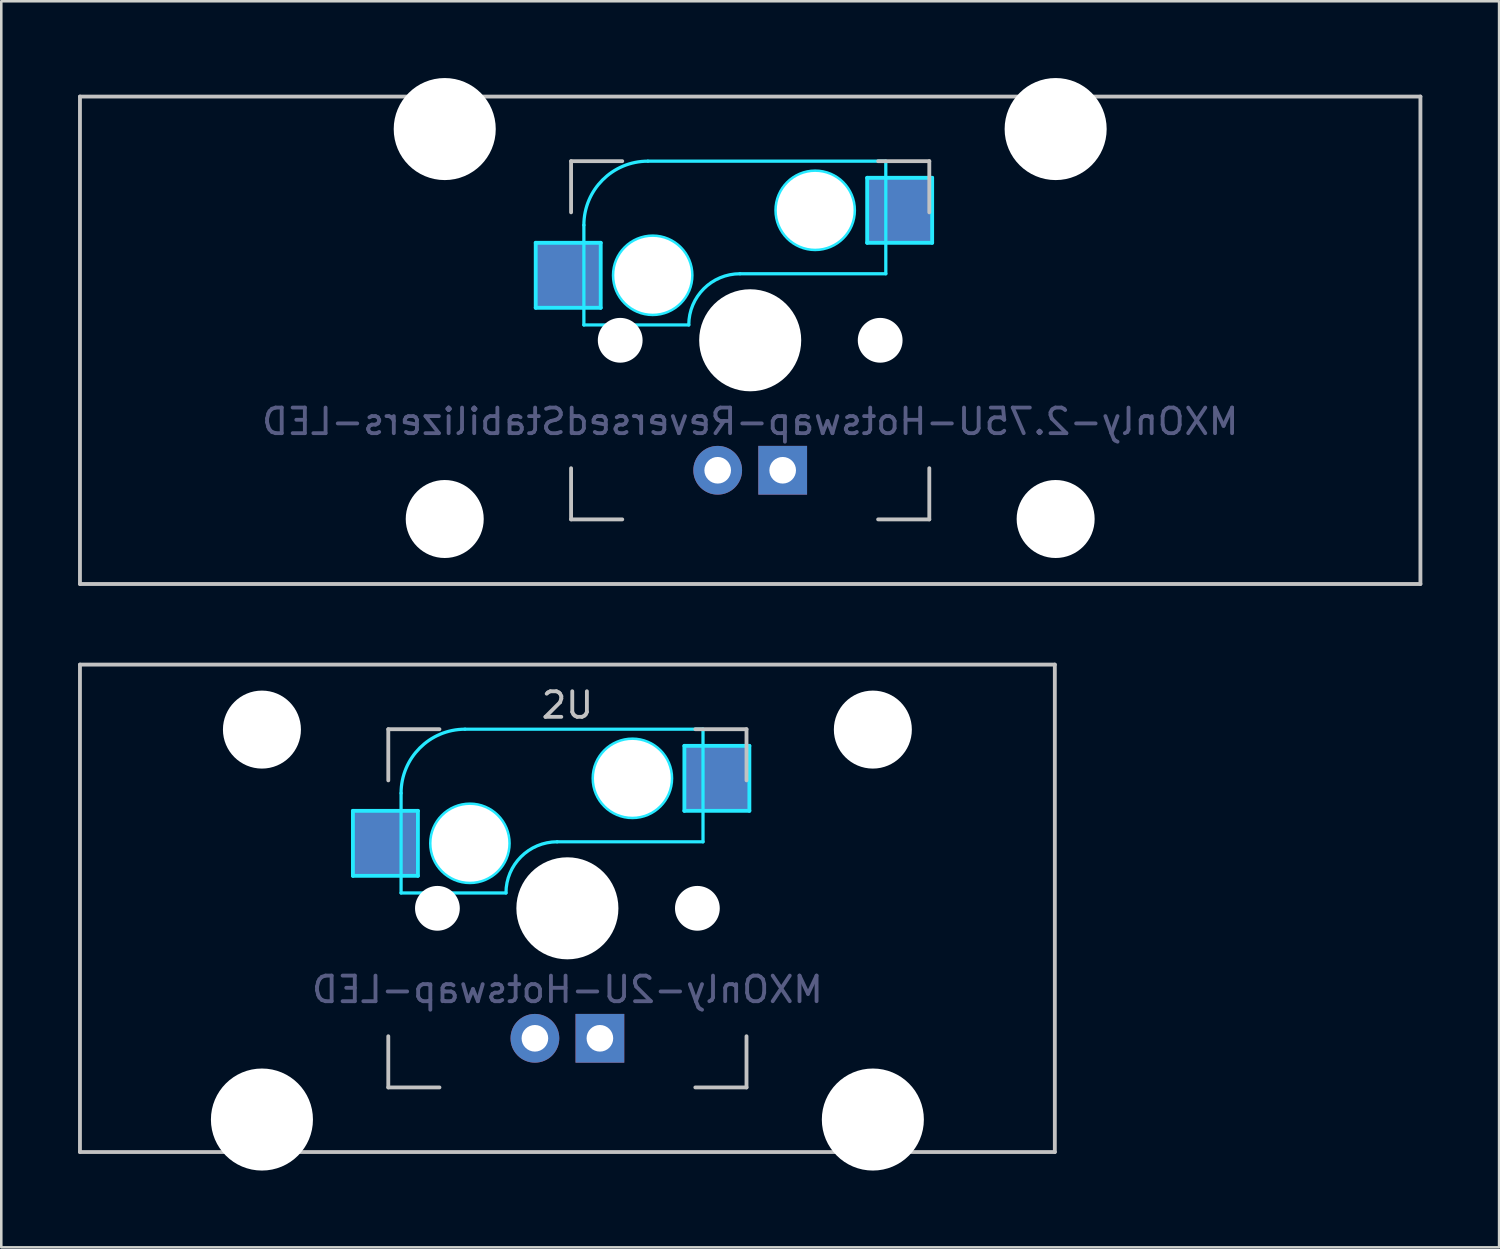
<source format=kicad_pcb>
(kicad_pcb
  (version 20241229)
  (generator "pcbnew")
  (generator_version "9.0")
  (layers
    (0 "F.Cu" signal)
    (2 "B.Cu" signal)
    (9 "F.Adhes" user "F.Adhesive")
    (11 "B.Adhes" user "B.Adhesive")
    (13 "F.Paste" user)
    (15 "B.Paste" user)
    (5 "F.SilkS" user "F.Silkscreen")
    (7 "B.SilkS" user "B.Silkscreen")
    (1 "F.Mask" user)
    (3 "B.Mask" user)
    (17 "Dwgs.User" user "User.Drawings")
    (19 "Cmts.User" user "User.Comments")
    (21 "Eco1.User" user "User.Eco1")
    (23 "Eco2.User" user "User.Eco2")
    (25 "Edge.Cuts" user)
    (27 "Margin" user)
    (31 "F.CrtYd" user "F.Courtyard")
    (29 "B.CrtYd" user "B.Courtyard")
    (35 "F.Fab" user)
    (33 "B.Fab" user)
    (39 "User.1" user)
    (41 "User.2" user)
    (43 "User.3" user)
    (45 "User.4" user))
  (footprint "MXOnly-2.75U-Hotswap-ReversedStabilizers-LED"
    (layer "F.Cu")
    (at 26.269 10.249)
    (property "Reference" "MXOnly-2.75U-Hotswap-ReversedStabilizers-LED" (at 0 3.175 0) (layer "B.Fab") (effects (font (size 1 1) (thickness 0.15)) (justify mirror)))
    (attr smd)
    (fp_line (start -26.194 -9.525) (end 26.194 -9.525) (stroke (width 0.15) (type solid)) (layer "Dwgs.User"))
    (fp_line (start -26.194 9.525) (end -26.194 -9.525) (stroke (width 0.15) (type solid)) (layer "Dwgs.User"))
    (fp_line (start -7 -7) (end -7 -5) (stroke (width 0.15) (type solid)) (layer "Dwgs.User"))
    (fp_line (start -7 5) (end -7 7) (stroke (width 0.15) (type solid)) (layer "Dwgs.User"))
    (fp_line (start -7 7) (end -5 7) (stroke (width 0.15) (type solid)) (layer "Dwgs.User"))
    (fp_line (start -5 -7) (end -7 -7) (stroke (width 0.15) (type solid)) (layer "Dwgs.User"))
    (fp_line (start 5 -7) (end 7 -7) (stroke (width 0.15) (type solid)) (layer "Dwgs.User"))
    (fp_line (start 5 7) (end 7 7) (stroke (width 0.15) (type solid)) (layer "Dwgs.User"))
    (fp_line (start 7 -7) (end 7 -5) (stroke (width 0.15) (type solid)) (layer "Dwgs.User"))
    (fp_line (start 7 7) (end 7 5) (stroke (width 0.15) (type solid)) (layer "Dwgs.User"))
    (fp_line (start 26.194 -9.525) (end 26.194 9.525) (stroke (width 0.15) (type solid)) (layer "Dwgs.User"))
    (fp_line (start 26.194 9.525) (end -26.194 9.525) (stroke (width 0.15) (type solid)) (layer "Dwgs.User"))
    (fp_line (start -8.382 -3.81) (end -5.842 -3.81) (stroke (width 0.15) (type solid)) (layer "B.CrtYd"))
    (fp_line (start -8.382 -1.27) (end -8.382 -3.81) (stroke (width 0.15) (type solid)) (layer "B.CrtYd"))
    (fp_line (start -6.5 -4.5) (end -6.5 -0.6) (stroke (width 0.127) (type solid)) (layer "B.CrtYd"))
    (fp_line (start -6.5 -0.6) (end -2.4 -0.6) (stroke (width 0.127) (type solid)) (layer "B.CrtYd"))
    (fp_line (start -5.842 -3.81) (end -5.842 -1.27) (stroke (width 0.15) (type solid)) (layer "B.CrtYd"))
    (fp_line (start -5.842 -1.27) (end -8.382 -1.27) (stroke (width 0.15) (type solid)) (layer "B.CrtYd"))
    (fp_line (start -0.4 -2.6) (end 5.3 -2.6) (stroke (width 0.127) (type solid)) (layer "B.CrtYd"))
    (fp_line (start 4.572 -6.35) (end 7.112 -6.35) (stroke (width 0.15) (type solid)) (layer "B.CrtYd"))
    (fp_line (start 4.572 -3.81) (end 4.572 -6.35) (stroke (width 0.15) (type solid)) (layer "B.CrtYd"))
    (fp_line (start 5.3 -7) (end -4 -7) (stroke (width 0.127) (type solid)) (layer "B.CrtYd"))
    (fp_line (start 5.3 -7) (end 5.3 -2.6) (stroke (width 0.127) (type solid)) (layer "B.CrtYd"))
    (fp_line (start 7.112 -6.35) (end 7.112 -3.81) (stroke (width 0.15) (type solid)) (layer "B.CrtYd"))
    (fp_line (start 7.112 -3.81) (end 4.572 -3.81) (stroke (width 0.15) (type solid)) (layer "B.CrtYd"))
    (fp_arc (start -6.5 -4.5) (mid -5.767767 -6.267767) (end -4 -7) (stroke (width 0.127) (type solid)) (layer "B.CrtYd"))
    (fp_arc (start -2.4 -0.6) (mid -1.814214 -2.014214) (end -0.4 -2.6) (stroke (width 0.127) (type solid)) (layer "B.CrtYd"))
    (fp_circle (center -3.81 -2.54) (end -3.81 -4.064) (stroke (width 0.15) (type solid)) (fill no) (layer "B.CrtYd"))
    (fp_circle (center 2.54 -5.08) (end 2.54 -6.604) (stroke (width 0.15) (type solid)) (fill no) (layer "B.CrtYd"))
    (pad "" np_thru_hole circle (at -11.938 -8.255) (size 3.988 3.988) (drill 3.988) (layers "*.Cu" "*.Mask"))
    (pad "" np_thru_hole circle (at -11.938 6.985) (size 3.048 3.048) (drill 3.048) (layers "*.Cu" "*.Mask"))
    (pad "" np_thru_hole circle (at -5.08 0 48.1) (size 1.75 1.75) (drill 1.75) (layers "*.Cu" "*.Mask"))
    (pad "" np_thru_hole circle (at -3.81 -2.54) (size 3 3) (drill 3) (layers "*.Cu" "*.Mask"))
    (pad "" np_thru_hole circle (at 0 0) (size 3.988 3.988) (drill 3.988) (layers "*.Cu" "*.Mask"))
    (pad "" np_thru_hole circle (at 2.54 -5.08) (size 3 3) (drill 3) (layers "*.Cu" "*.Mask"))
    (pad "" np_thru_hole circle (at 5.08 0 48.1) (size 1.75 1.75) (drill 1.75) (layers "*.Cu" "*.Mask"))
    (pad "" np_thru_hole circle (at 11.938 -8.255) (size 3.988 3.988) (drill 3.988) (layers "*.Cu" "*.Mask"))
    (pad "" np_thru_hole circle (at 11.938 6.985) (size 3.048 3.048) (drill 3.048) (layers "*.Cu" "*.Mask"))
    (pad "1" smd rect (at -7.085 -2.54) (size 2.55 2.5) (layers "B.Cu" "B.Mask" "B.Paste"))
    (pad "2" smd rect (at 5.842 -5.08) (size 2.55 2.5) (layers "B.Cu" "B.Mask" "B.Paste"))
    (pad "3" thru_hole circle (at -1.27 5.08) (size 1.905 1.905) (drill 1.04) (layers "*.Cu" "B.Mask"))
    (pad "4" thru_hole rect (at 1.27 5.08) (size 1.905 1.905) (drill 1.04) (layers "*.Cu" "B.Mask")))
  (footprint "MXOnly-2U-Hotswap-LED"
    (layer "F.Cu")
    (at 19.125 32.449)
    (property "Reference" "MXOnly-2U-Hotswap-LED" (at 0 3.175 0) (layer "B.Fab") (effects (font (size 1 1) (thickness 0.15)) (justify mirror)))
    (attr through_hole)
    (fp_line (start -19.05 -9.525) (end 19.05 -9.525) (stroke (width 0.15) (type solid)) (layer "Dwgs.User"))
    (fp_line (start -19.05 9.525) (end -19.05 -9.525) (stroke (width 0.15) (type solid)) (layer "Dwgs.User"))
    (fp_line (start -7 -7) (end -7 -5) (stroke (width 0.15) (type solid)) (layer "Dwgs.User"))
    (fp_line (start -7 5) (end -7 7) (stroke (width 0.15) (type solid)) (layer "Dwgs.User"))
    (fp_line (start -7 7) (end -5 7) (stroke (width 0.15) (type solid)) (layer "Dwgs.User"))
    (fp_line (start -5 -7) (end -7 -7) (stroke (width 0.15) (type solid)) (layer "Dwgs.User"))
    (fp_line (start 5 -7) (end 7 -7) (stroke (width 0.15) (type solid)) (layer "Dwgs.User"))
    (fp_line (start 5 7) (end 7 7) (stroke (width 0.15) (type solid)) (layer "Dwgs.User"))
    (fp_line (start 7 -7) (end 7 -5) (stroke (width 0.15) (type solid)) (layer "Dwgs.User"))
    (fp_line (start 7 7) (end 7 5) (stroke (width 0.15) (type solid)) (layer "Dwgs.User"))
    (fp_line (start 19.05 -9.525) (end 19.05 9.525) (stroke (width 0.15) (type solid)) (layer "Dwgs.User"))
    (fp_line (start 19.05 9.525) (end -19.05 9.525) (stroke (width 0.15) (type solid)) (layer "Dwgs.User"))
    (fp_line (start -8.382 -3.81) (end -5.842 -3.81) (stroke (width 0.15) (type solid)) (layer "B.CrtYd"))
    (fp_line (start -8.382 -1.27) (end -8.382 -3.81) (stroke (width 0.15) (type solid)) (layer "B.CrtYd"))
    (fp_line (start -6.5 -4.5) (end -6.5 -0.6) (stroke (width 0.127) (type solid)) (layer "B.CrtYd"))
    (fp_line (start -6.5 -0.6) (end -2.4 -0.6) (stroke (width 0.127) (type solid)) (layer "B.CrtYd"))
    (fp_line (start -5.842 -3.81) (end -5.842 -1.27) (stroke (width 0.15) (type solid)) (layer "B.CrtYd"))
    (fp_line (start -5.842 -1.27) (end -8.382 -1.27) (stroke (width 0.15) (type solid)) (layer "B.CrtYd"))
    (fp_line (start -0.4 -2.6) (end 5.3 -2.6) (stroke (width 0.127) (type solid)) (layer "B.CrtYd"))
    (fp_line (start 4.572 -6.35) (end 7.112 -6.35) (stroke (width 0.15) (type solid)) (layer "B.CrtYd"))
    (fp_line (start 4.572 -3.81) (end 4.572 -6.35) (stroke (width 0.15) (type solid)) (layer "B.CrtYd"))
    (fp_line (start 5.3 -7) (end -4 -7) (stroke (width 0.127) (type solid)) (layer "B.CrtYd"))
    (fp_line (start 5.3 -7) (end 5.3 -2.6) (stroke (width 0.127) (type solid)) (layer "B.CrtYd"))
    (fp_line (start 7.112 -6.35) (end 7.112 -3.81) (stroke (width 0.15) (type solid)) (layer "B.CrtYd"))
    (fp_line (start 7.112 -3.81) (end 4.572 -3.81) (stroke (width 0.15) (type solid)) (layer "B.CrtYd"))
    (fp_arc (start -6.5 -4.5) (mid -5.767767 -6.267767) (end -4 -7) (stroke (width 0.127) (type solid)) (layer "B.CrtYd"))
    (fp_arc (start -2.4 -0.6) (mid -1.814214 -2.014214) (end -0.4 -2.6) (stroke (width 0.127) (type solid)) (layer "B.CrtYd"))
    (fp_circle (center -3.81 -2.54) (end -3.81 -4.064) (stroke (width 0.15) (type solid)) (fill no) (layer "B.CrtYd"))
    (fp_circle (center 2.54 -5.08) (end 2.54 -6.604) (stroke (width 0.15) (type solid)) (fill no) (layer "B.CrtYd"))
    (fp_text user "2U" (at 0 -7.938 0) (layer "Dwgs.User") (effects (font (size 1 1) (thickness 0.15))))
    (pad "" np_thru_hole circle (at -11.938 -6.985) (size 3.048 3.048) (drill 3.048) (layers "*.Cu" "*.Mask"))
    (pad "" np_thru_hole circle (at -11.938 8.255) (size 3.988 3.988) (drill 3.988) (layers "*.Cu" "*.Mask"))
    (pad "" np_thru_hole circle (at -5.08 0 48.1) (size 1.75 1.75) (drill 1.75) (layers "*.Cu" "*.Mask"))
    (pad "" np_thru_hole circle (at -3.81 -2.54) (size 3 3) (drill 3) (layers "*.Cu" "*.Mask"))
    (pad "" np_thru_hole circle (at 0 0) (size 3.988 3.988) (drill 3.988) (layers "*.Cu" "*.Mask"))
    (pad "" np_thru_hole circle (at 2.54 -5.08) (size 3 3) (drill 3) (layers "*.Cu" "*.Mask"))
    (pad "" np_thru_hole circle (at 5.08 0 48.1) (size 1.75 1.75) (drill 1.75) (layers "*.Cu" "*.Mask"))
    (pad "" np_thru_hole circle (at 11.938 -6.985) (size 3.048 3.048) (drill 3.048) (layers "*.Cu" "*.Mask"))
    (pad "" np_thru_hole circle (at 11.938 8.255) (size 3.988 3.988) (drill 3.988) (layers "*.Cu" "*.Mask"))
    (pad "1" smd rect (at -7.085 -2.54) (size 2.55 2.5) (layers "B.Cu" "B.Mask" "B.Paste"))
    (pad "2" smd rect (at 5.842 -5.08) (size 2.55 2.5) (layers "B.Cu" "B.Mask" "B.Paste"))
    (pad "3" thru_hole circle (at -1.27 5.08) (size 1.905 1.905) (drill 1.04) (layers "*.Cu" "B.Mask"))
    (pad "4" thru_hole rect (at 1.27 5.08) (size 1.905 1.905) (drill 1.04) (layers "*.Cu" "B.Mask")))
  (gr_rect
    (start -3 -3)
    (end 55.538 45.698)
    (stroke (width 0.1) (type default))
    (fill no)
    (layer "Edge.Cuts")))
</source>
